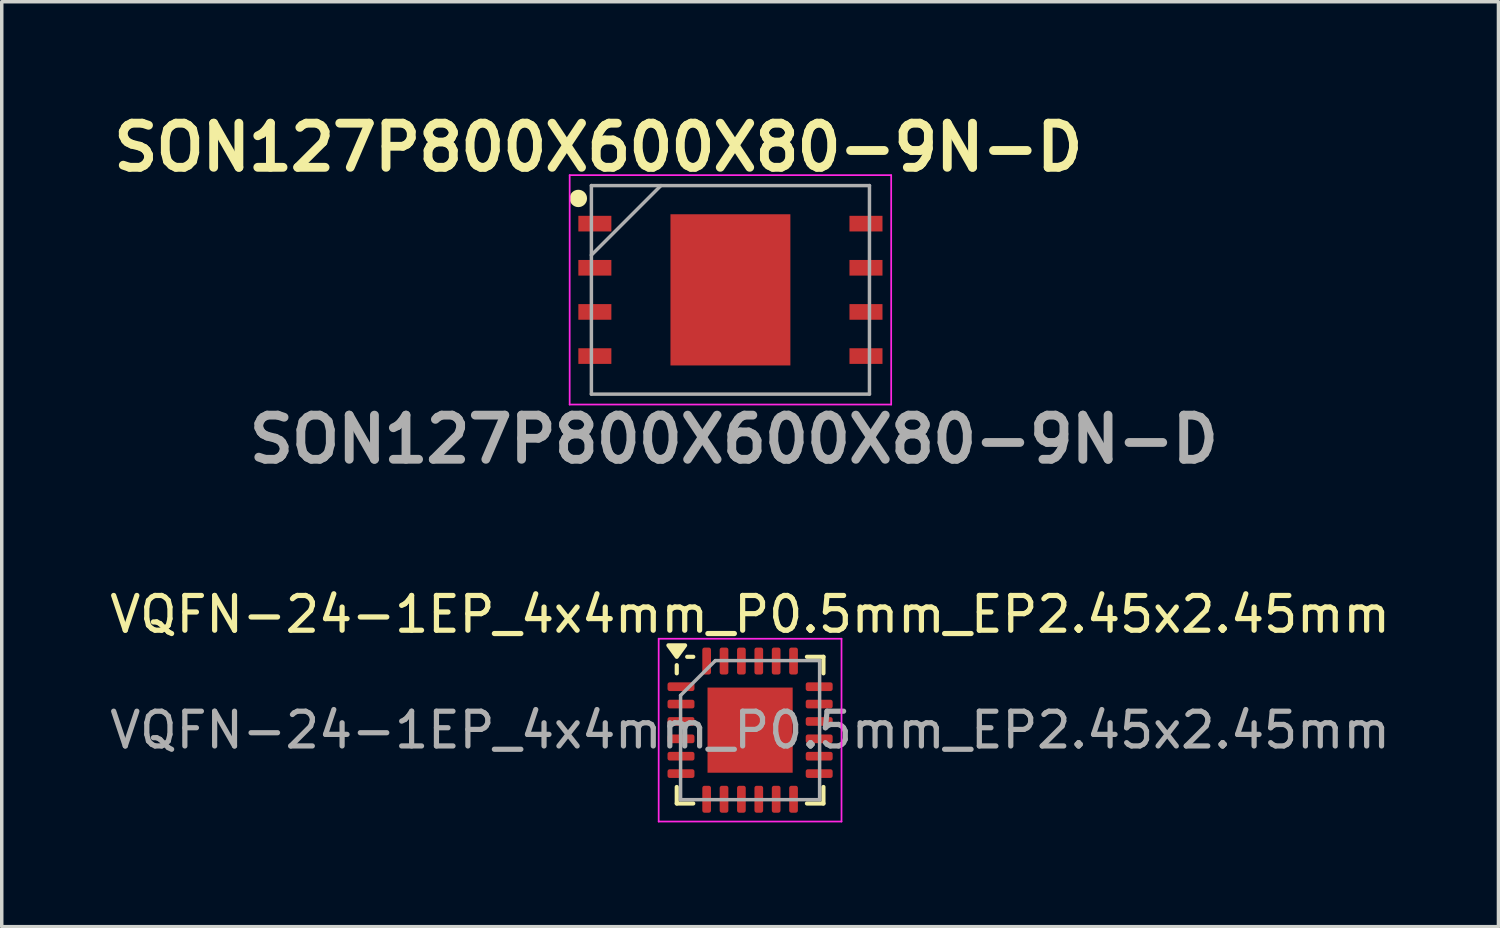
<source format=kicad_pcb>
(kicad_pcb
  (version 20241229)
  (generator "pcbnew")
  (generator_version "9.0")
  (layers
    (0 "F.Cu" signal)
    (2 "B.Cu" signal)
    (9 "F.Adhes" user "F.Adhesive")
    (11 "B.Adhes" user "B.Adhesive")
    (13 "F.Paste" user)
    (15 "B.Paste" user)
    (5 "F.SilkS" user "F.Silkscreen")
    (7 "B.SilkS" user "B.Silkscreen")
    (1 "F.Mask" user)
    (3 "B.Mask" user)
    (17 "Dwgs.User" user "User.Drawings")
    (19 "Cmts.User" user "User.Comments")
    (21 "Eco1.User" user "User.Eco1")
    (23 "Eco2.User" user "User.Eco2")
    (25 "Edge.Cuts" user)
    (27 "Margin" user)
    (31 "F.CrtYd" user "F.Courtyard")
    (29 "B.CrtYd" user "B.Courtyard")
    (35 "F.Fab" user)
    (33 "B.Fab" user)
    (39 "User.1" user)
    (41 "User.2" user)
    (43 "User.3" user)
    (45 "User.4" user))
  (footprint "VQFN-24-1EP_4x4mm_P0.5mm_EP2.45x2.45mm"
    (layer "F.Cu")
    (at 18.53 17.956)
    (property "Reference" "VQFN-24-1EP_4x4mm_P0.5mm_EP2.45x2.45mm" (at 0 -3.33 0) (layer "F.SilkS") (effects (font (size 1 1) (thickness 0.15))))
    (attr smd)
    (fp_line (start -2.11 -1.635) (end -2.11 -1.87) (stroke (width 0.12) (type solid)) (layer "F.SilkS"))
    (fp_line (start -2.11 2.11) (end -2.11 1.635) (stroke (width 0.12) (type solid)) (layer "F.SilkS"))
    (fp_line (start -1.635 -2.11) (end -1.81 -2.11) (stroke (width 0.12) (type solid)) (layer "F.SilkS"))
    (fp_line (start -1.635 2.11) (end -2.11 2.11) (stroke (width 0.12) (type solid)) (layer "F.SilkS"))
    (fp_line (start 1.635 -2.11) (end 2.11 -2.11) (stroke (width 0.12) (type solid)) (layer "F.SilkS"))
    (fp_line (start 1.635 2.11) (end 2.11 2.11) (stroke (width 0.12) (type solid)) (layer "F.SilkS"))
    (fp_line (start 2.11 -2.11) (end 2.11 -1.635) (stroke (width 0.12) (type solid)) (layer "F.SilkS"))
    (fp_line (start 2.11 2.11) (end 2.11 1.635) (stroke (width 0.12) (type solid)) (layer "F.SilkS"))
    (fp_poly (pts (xy -2.11 -2.11) (xy -2.35 -2.44) (xy -1.87 -2.44) (xy -2.11 -2.11)) (stroke (width 0.12) (type solid)) (fill yes) (layer "F.SilkS"))
    (fp_line (start -2.63 -2.63) (end -2.63 2.63) (stroke (width 0.05) (type solid)) (layer "F.CrtYd"))
    (fp_line (start -2.63 2.63) (end 2.63 2.63) (stroke (width 0.05) (type solid)) (layer "F.CrtYd"))
    (fp_line (start 2.63 -2.63) (end -2.63 -2.63) (stroke (width 0.05) (type solid)) (layer "F.CrtYd"))
    (fp_line (start 2.63 2.63) (end 2.63 -2.63) (stroke (width 0.05) (type solid)) (layer "F.CrtYd"))
    (fp_line (start -2 -1) (end -1 -2) (stroke (width 0.1) (type solid)) (layer "F.Fab"))
    (fp_line (start -2 2) (end -2 -1) (stroke (width 0.1) (type solid)) (layer "F.Fab"))
    (fp_line (start -1 -2) (end 2 -2) (stroke (width 0.1) (type solid)) (layer "F.Fab"))
    (fp_line (start 2 -2) (end 2 2) (stroke (width 0.1) (type solid)) (layer "F.Fab"))
    (fp_line (start 2 2) (end -2 2) (stroke (width 0.1) (type solid)) (layer "F.Fab"))
    (fp_text user "${REFERENCE}" (at 0 0 0) (layer "F.Fab") (effects (font (size 1 1) (thickness 0.15))))
    (pad "" smd roundrect (at -0.82 -0.82) (size 0.66 0.66) (layers "F.Paste") (roundrect_rratio 0.25))
    (pad "" smd roundrect (at -0.82 0) (size 0.66 0.66) (layers "F.Paste") (roundrect_rratio 0.25))
    (pad "" smd roundrect (at -0.82 0.82) (size 0.66 0.66) (layers "F.Paste") (roundrect_rratio 0.25))
    (pad "" smd roundrect (at 0 -0.82) (size 0.66 0.66) (layers "F.Paste") (roundrect_rratio 0.25))
    (pad "" smd roundrect (at 0 0) (size 0.66 0.66) (layers "F.Paste") (roundrect_rratio 0.25))
    (pad "" smd roundrect (at 0 0.82) (size 0.66 0.66) (layers "F.Paste") (roundrect_rratio 0.25))
    (pad "" smd roundrect (at 0.82 -0.82) (size 0.66 0.66) (layers "F.Paste") (roundrect_rratio 0.25))
    (pad "" smd roundrect (at 0.82 0) (size 0.66 0.66) (layers "F.Paste") (roundrect_rratio 0.25))
    (pad "" smd roundrect (at 0.82 0.82) (size 0.66 0.66) (layers "F.Paste") (roundrect_rratio 0.25))
    (pad "1" smd roundrect (at -1.988 -1.25) (size 0.775 0.25) (layers "F.Cu" "F.Mask" "F.Paste") (roundrect_rratio 0.25))
    (pad "2" smd roundrect (at -1.988 -0.75) (size 0.775 0.25) (layers "F.Cu" "F.Mask" "F.Paste") (roundrect_rratio 0.25))
    (pad "3" smd roundrect (at -1.988 -0.25) (size 0.775 0.25) (layers "F.Cu" "F.Mask" "F.Paste") (roundrect_rratio 0.25))
    (pad "4" smd roundrect (at -1.988 0.25) (size 0.775 0.25) (layers "F.Cu" "F.Mask" "F.Paste") (roundrect_rratio 0.25))
    (pad "5" smd roundrect (at -1.988 0.75) (size 0.775 0.25) (layers "F.Cu" "F.Mask" "F.Paste") (roundrect_rratio 0.25))
    (pad "6" smd roundrect (at -1.988 1.25) (size 0.775 0.25) (layers "F.Cu" "F.Mask" "F.Paste") (roundrect_rratio 0.25))
    (pad "7" smd roundrect (at -1.25 1.988) (size 0.25 0.775) (layers "F.Cu" "F.Mask" "F.Paste") (roundrect_rratio 0.25))
    (pad "8" smd roundrect (at -0.75 1.988) (size 0.25 0.775) (layers "F.Cu" "F.Mask" "F.Paste") (roundrect_rratio 0.25))
    (pad "9" smd roundrect (at -0.25 1.988) (size 0.25 0.775) (layers "F.Cu" "F.Mask" "F.Paste") (roundrect_rratio 0.25))
    (pad "10" smd roundrect (at 0.25 1.988) (size 0.25 0.775) (layers "F.Cu" "F.Mask" "F.Paste") (roundrect_rratio 0.25))
    (pad "11" smd roundrect (at 0.75 1.988) (size 0.25 0.775) (layers "F.Cu" "F.Mask" "F.Paste") (roundrect_rratio 0.25))
    (pad "12" smd roundrect (at 1.25 1.988) (size 0.25 0.775) (layers "F.Cu" "F.Mask" "F.Paste") (roundrect_rratio 0.25))
    (pad "13" smd roundrect (at 1.988 1.25) (size 0.775 0.25) (layers "F.Cu" "F.Mask" "F.Paste") (roundrect_rratio 0.25))
    (pad "14" smd roundrect (at 1.988 0.75) (size 0.775 0.25) (layers "F.Cu" "F.Mask" "F.Paste") (roundrect_rratio 0.25))
    (pad "15" smd roundrect (at 1.988 0.25) (size 0.775 0.25) (layers "F.Cu" "F.Mask" "F.Paste") (roundrect_rratio 0.25))
    (pad "16" smd roundrect (at 1.988 -0.25) (size 0.775 0.25) (layers "F.Cu" "F.Mask" "F.Paste") (roundrect_rratio 0.25))
    (pad "17" smd roundrect (at 1.988 -0.75) (size 0.775 0.25) (layers "F.Cu" "F.Mask" "F.Paste") (roundrect_rratio 0.25))
    (pad "18" smd roundrect (at 1.988 -1.25) (size 0.775 0.25) (layers "F.Cu" "F.Mask" "F.Paste") (roundrect_rratio 0.25))
    (pad "19" smd roundrect (at 1.25 -1.988) (size 0.25 0.775) (layers "F.Cu" "F.Mask" "F.Paste") (roundrect_rratio 0.25))
    (pad "20" smd roundrect (at 0.75 -1.988) (size 0.25 0.775) (layers "F.Cu" "F.Mask" "F.Paste") (roundrect_rratio 0.25))
    (pad "21" smd roundrect (at 0.25 -1.988) (size 0.25 0.775) (layers "F.Cu" "F.Mask" "F.Paste") (roundrect_rratio 0.25))
    (pad "22" smd roundrect (at -0.25 -1.988) (size 0.25 0.775) (layers "F.Cu" "F.Mask" "F.Paste") (roundrect_rratio 0.25))
    (pad "23" smd roundrect (at -0.75 -1.988) (size 0.25 0.775) (layers "F.Cu" "F.Mask" "F.Paste") (roundrect_rratio 0.25))
    (pad "24" smd roundrect (at -1.25 -1.988) (size 0.25 0.775) (layers "F.Cu" "F.Mask" "F.Paste") (roundrect_rratio 0.25))
    (pad "25" smd rect (at 0 0) (size 2.45 2.45) (property pad_prop_heatsink) (layers "F.Cu" "F.Mask")))
  (footprint "SON127P800X600X80-9N-D"
    (layer "F.Cu")
    (at 17.964 5.289)
    (property "Reference" "SON127P800X600X80-9N-D" (at -3.8 -4.1 0) (layer "F.SilkS") (effects (font (size 1.27 1.27) (thickness 0.254))))
    (attr smd)
    (fp_circle (center -4.375 -2.63) (end -4.375 -2.505) (stroke (width 0.25) (type solid)) (fill no) (layer "F.SilkS"))
    (fp_line (start -4.625 -3.3) (end 4.625 -3.3) (stroke (width 0.05) (type solid)) (layer "F.CrtYd"))
    (fp_line (start -4.625 3.3) (end -4.625 -3.3) (stroke (width 0.05) (type solid)) (layer "F.CrtYd"))
    (fp_line (start 4.625 -3.3) (end 4.625 3.3) (stroke (width 0.05) (type solid)) (layer "F.CrtYd"))
    (fp_line (start 4.625 3.3) (end -4.625 3.3) (stroke (width 0.05) (type solid)) (layer "F.CrtYd"))
    (fp_line (start -4 -3) (end 4 -3) (stroke (width 0.1) (type solid)) (layer "F.Fab"))
    (fp_line (start -4 -1) (end -2 -3) (stroke (width 0.1) (type solid)) (layer "F.Fab"))
    (fp_line (start -4 3) (end -4 -3) (stroke (width 0.1) (type solid)) (layer "F.Fab"))
    (fp_line (start 4 -3) (end 4 3) (stroke (width 0.1) (type solid)) (layer "F.Fab"))
    (fp_line (start 4 3) (end -4 3) (stroke (width 0.1) (type solid)) (layer "F.Fab"))
    (fp_text user "${REFERENCE}" (at 0.1 4.3 0) (layer "F.Fab") (effects (font (size 1.27 1.27) (thickness 0.254))))
    (pad "1" smd rect (at -3.9 -1.905 90) (size 0.45 0.95) (layers "F.Cu" "F.Mask" "F.Paste"))
    (pad "2" smd rect (at -3.9 -0.635 90) (size 0.45 0.95) (layers "F.Cu" "F.Mask" "F.Paste"))
    (pad "3" smd rect (at -3.9 0.635 90) (size 0.45 0.95) (layers "F.Cu" "F.Mask" "F.Paste"))
    (pad "4" smd rect (at -3.9 1.905 90) (size 0.45 0.95) (layers "F.Cu" "F.Mask" "F.Paste"))
    (pad "5" smd rect (at 3.9 1.905 90) (size 0.45 0.95) (layers "F.Cu" "F.Mask" "F.Paste"))
    (pad "6" smd rect (at 3.9 0.635 90) (size 0.45 0.95) (layers "F.Cu" "F.Mask" "F.Paste"))
    (pad "7" smd rect (at 3.9 -0.635 90) (size 0.45 0.95) (layers "F.Cu" "F.Mask" "F.Paste"))
    (pad "8" smd rect (at 3.9 -1.905 90) (size 0.45 0.95) (layers "F.Cu" "F.Mask" "F.Paste"))
    (pad "9" smd rect (at 0 0) (size 3.45 4.35) (layers "F.Cu" "F.Mask" "F.Paste")))
  (gr_rect
    (start -3 -3)
    (end 40.06 23.611)
    (stroke (width 0.1) (type default))
    (fill no)
    (layer "Edge.Cuts")))
</source>
